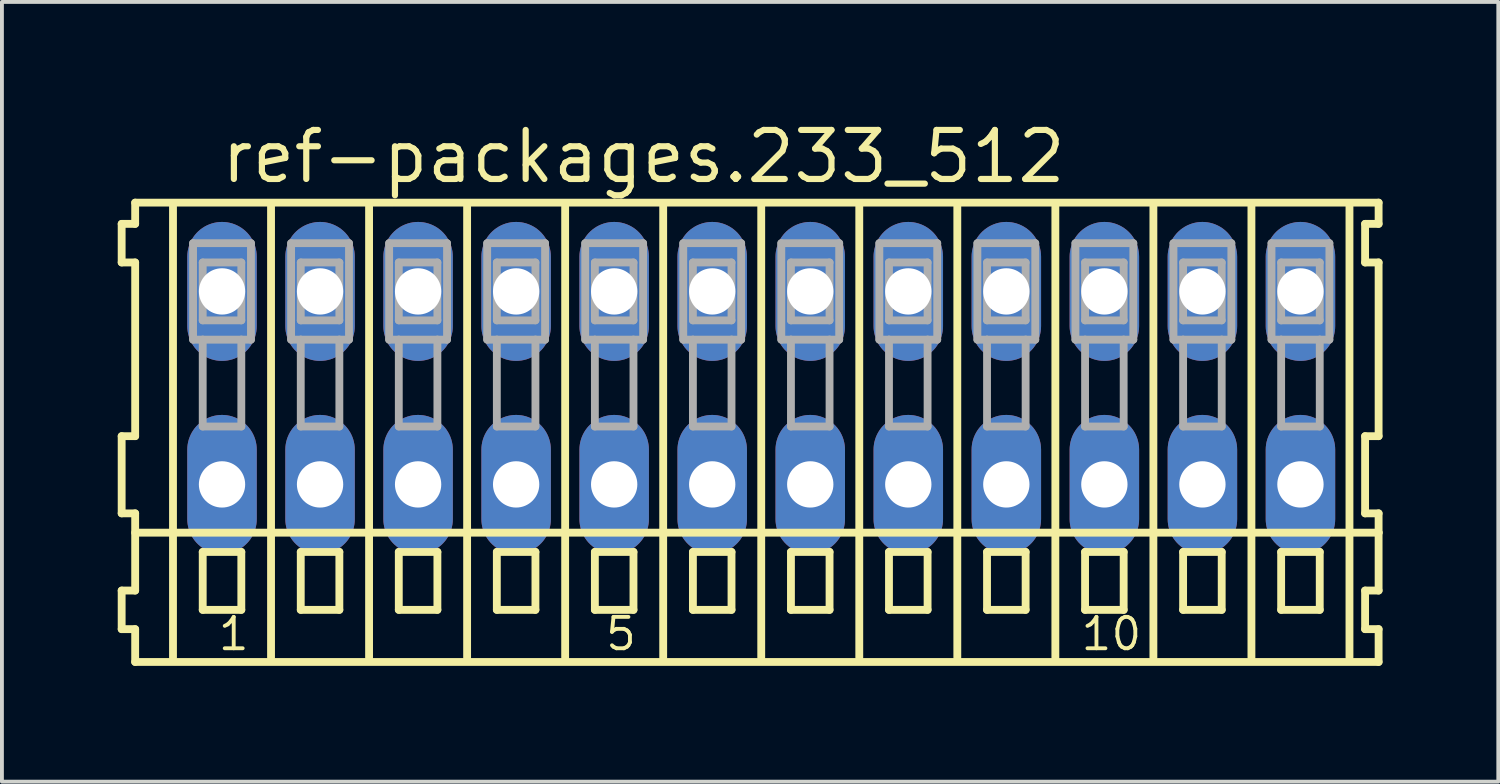
<source format=kicad_pcb>
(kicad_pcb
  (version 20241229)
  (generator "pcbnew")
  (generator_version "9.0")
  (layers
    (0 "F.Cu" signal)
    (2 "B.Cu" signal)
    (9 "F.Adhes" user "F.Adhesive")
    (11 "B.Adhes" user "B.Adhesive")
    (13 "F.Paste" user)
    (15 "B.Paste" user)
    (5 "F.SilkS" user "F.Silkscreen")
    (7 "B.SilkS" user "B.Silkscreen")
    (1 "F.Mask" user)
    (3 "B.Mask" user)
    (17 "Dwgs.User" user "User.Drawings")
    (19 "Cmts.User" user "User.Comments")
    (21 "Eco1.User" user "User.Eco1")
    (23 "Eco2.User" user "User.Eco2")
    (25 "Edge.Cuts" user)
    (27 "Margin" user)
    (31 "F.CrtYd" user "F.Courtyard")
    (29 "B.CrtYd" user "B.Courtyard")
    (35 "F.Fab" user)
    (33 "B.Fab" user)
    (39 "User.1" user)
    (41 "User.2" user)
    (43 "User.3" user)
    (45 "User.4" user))
  (footprint "ref-packages.233_512"
    (layer "F.Cu")
    (at 16.672 7)
    (property "Reference" "ref-packages.233_512" (at -14.07 -5.25 0) (layer "F.SilkS") (effects (font (size 1.27 1.27) (thickness 0.16)) (justify left bottom)))
    (attr through_hole)
    (fp_line (start -16.57 -4.25) (end -16.57 -3.25) (stroke (width 0.203) (type default)) (layer "F.SilkS"))
    (fp_line (start -16.57 -3.25) (end -16.22 -3.25) (stroke (width 0.203) (type default)) (layer "F.SilkS"))
    (fp_line (start -16.57 1.25) (end -16.57 3.25) (stroke (width 0.203) (type default)) (layer "F.SilkS"))
    (fp_line (start -16.57 3.25) (end -16.22 3.25) (stroke (width 0.203) (type default)) (layer "F.SilkS"))
    (fp_line (start -16.57 5.25) (end -16.57 6.25) (stroke (width 0.203) (type default)) (layer "F.SilkS"))
    (fp_line (start -16.57 6.25) (end -16.22 6.25) (stroke (width 0.203) (type default)) (layer "F.SilkS"))
    (fp_line (start -16.22 -4.8) (end -16.22 -4.25) (stroke (width 0.203) (type default)) (layer "F.SilkS"))
    (fp_line (start -16.22 -4.25) (end -16.57 -4.25) (stroke (width 0.203) (type default)) (layer "F.SilkS"))
    (fp_line (start -16.22 -3.25) (end -16.22 1.25) (stroke (width 0.203) (type default)) (layer "F.SilkS"))
    (fp_line (start -16.22 1.25) (end -16.57 1.25) (stroke (width 0.203) (type default)) (layer "F.SilkS"))
    (fp_line (start -16.22 3.25) (end -16.22 5.25) (stroke (width 0.203) (type default)) (layer "F.SilkS"))
    (fp_line (start -16.22 3.75) (end 15.995 3.75) (stroke (width 0.203) (type default)) (layer "F.SilkS"))
    (fp_line (start -16.22 5.25) (end -16.57 5.25) (stroke (width 0.203) (type default)) (layer "F.SilkS"))
    (fp_line (start -16.22 6.25) (end -16.22 7.1) (stroke (width 0.203) (type default)) (layer "F.SilkS"))
    (fp_line (start -16.22 7.1) (end 15.995 7.1) (stroke (width 0.203) (type default)) (layer "F.SilkS"))
    (fp_line (start -15.24 6.985) (end -15.24 -4.699) (stroke (width 0.203) (type default)) (layer "F.SilkS"))
    (fp_line (start -14.47 4.25) (end -14.47 5.75) (stroke (width 0.203) (type default)) (layer "F.SilkS"))
    (fp_line (start -14.47 5.75) (end -13.47 5.75) (stroke (width 0.203) (type default)) (layer "F.SilkS"))
    (fp_line (start -13.47 4.25) (end -14.47 4.25) (stroke (width 0.203) (type default)) (layer "F.SilkS"))
    (fp_line (start -13.47 5.75) (end -13.47 4.25) (stroke (width 0.203) (type default)) (layer "F.SilkS"))
    (fp_line (start -12.7 6.985) (end -12.7 -4.699) (stroke (width 0.203) (type default)) (layer "F.SilkS"))
    (fp_line (start -11.93 4.25) (end -11.93 5.75) (stroke (width 0.203) (type default)) (layer "F.SilkS"))
    (fp_line (start -11.93 5.75) (end -10.93 5.75) (stroke (width 0.203) (type default)) (layer "F.SilkS"))
    (fp_line (start -10.93 4.25) (end -11.93 4.25) (stroke (width 0.203) (type default)) (layer "F.SilkS"))
    (fp_line (start -10.93 5.75) (end -10.93 4.25) (stroke (width 0.203) (type default)) (layer "F.SilkS"))
    (fp_line (start -10.16 6.985) (end -10.16 -4.699) (stroke (width 0.203) (type default)) (layer "F.SilkS"))
    (fp_line (start -9.39 4.25) (end -9.39 5.75) (stroke (width 0.203) (type default)) (layer "F.SilkS"))
    (fp_line (start -9.39 5.75) (end -8.39 5.75) (stroke (width 0.203) (type default)) (layer "F.SilkS"))
    (fp_line (start -8.39 4.25) (end -9.39 4.25) (stroke (width 0.203) (type default)) (layer "F.SilkS"))
    (fp_line (start -8.39 5.75) (end -8.39 4.25) (stroke (width 0.203) (type default)) (layer "F.SilkS"))
    (fp_line (start -7.62 6.985) (end -7.62 -4.699) (stroke (width 0.203) (type default)) (layer "F.SilkS"))
    (fp_line (start -6.85 4.25) (end -6.85 5.75) (stroke (width 0.203) (type default)) (layer "F.SilkS"))
    (fp_line (start -6.85 5.75) (end -5.85 5.75) (stroke (width 0.203) (type default)) (layer "F.SilkS"))
    (fp_line (start -5.85 4.25) (end -6.85 4.25) (stroke (width 0.203) (type default)) (layer "F.SilkS"))
    (fp_line (start -5.85 5.75) (end -5.85 4.25) (stroke (width 0.203) (type default)) (layer "F.SilkS"))
    (fp_line (start -5.08 6.985) (end -5.08 -4.699) (stroke (width 0.203) (type default)) (layer "F.SilkS"))
    (fp_line (start -4.31 4.25) (end -4.31 5.75) (stroke (width 0.203) (type default)) (layer "F.SilkS"))
    (fp_line (start -4.31 5.75) (end -3.31 5.75) (stroke (width 0.203) (type default)) (layer "F.SilkS"))
    (fp_line (start -3.31 4.25) (end -4.31 4.25) (stroke (width 0.203) (type default)) (layer "F.SilkS"))
    (fp_line (start -3.31 5.75) (end -3.31 4.25) (stroke (width 0.203) (type default)) (layer "F.SilkS"))
    (fp_line (start -2.54 6.985) (end -2.54 -4.699) (stroke (width 0.203) (type default)) (layer "F.SilkS"))
    (fp_line (start -1.77 4.25) (end -1.77 5.75) (stroke (width 0.203) (type default)) (layer "F.SilkS"))
    (fp_line (start -1.77 5.75) (end -0.77 5.75) (stroke (width 0.203) (type default)) (layer "F.SilkS"))
    (fp_line (start -0.77 4.25) (end -1.77 4.25) (stroke (width 0.203) (type default)) (layer "F.SilkS"))
    (fp_line (start -0.77 5.75) (end -0.77 4.25) (stroke (width 0.203) (type default)) (layer "F.SilkS"))
    (fp_line (start 0 6.985) (end 0 -4.699) (stroke (width 0.203) (type default)) (layer "F.SilkS"))
    (fp_line (start 0.77 4.25) (end 0.77 5.75) (stroke (width 0.203) (type default)) (layer "F.SilkS"))
    (fp_line (start 0.77 5.75) (end 1.77 5.75) (stroke (width 0.203) (type default)) (layer "F.SilkS"))
    (fp_line (start 1.77 4.25) (end 0.77 4.25) (stroke (width 0.203) (type default)) (layer "F.SilkS"))
    (fp_line (start 1.77 5.75) (end 1.77 4.25) (stroke (width 0.203) (type default)) (layer "F.SilkS"))
    (fp_line (start 2.54 6.985) (end 2.54 -4.699) (stroke (width 0.203) (type default)) (layer "F.SilkS"))
    (fp_line (start 3.31 4.25) (end 3.31 5.75) (stroke (width 0.203) (type default)) (layer "F.SilkS"))
    (fp_line (start 3.31 5.75) (end 4.31 5.75) (stroke (width 0.203) (type default)) (layer "F.SilkS"))
    (fp_line (start 4.31 4.25) (end 3.31 4.25) (stroke (width 0.203) (type default)) (layer "F.SilkS"))
    (fp_line (start 4.31 5.75) (end 4.31 4.25) (stroke (width 0.203) (type default)) (layer "F.SilkS"))
    (fp_line (start 5.08 6.985) (end 5.08 -4.699) (stroke (width 0.203) (type default)) (layer "F.SilkS"))
    (fp_line (start 5.85 4.25) (end 5.85 5.75) (stroke (width 0.203) (type default)) (layer "F.SilkS"))
    (fp_line (start 5.85 5.75) (end 6.85 5.75) (stroke (width 0.203) (type default)) (layer "F.SilkS"))
    (fp_line (start 6.85 4.25) (end 5.85 4.25) (stroke (width 0.203) (type default)) (layer "F.SilkS"))
    (fp_line (start 6.85 5.75) (end 6.85 4.25) (stroke (width 0.203) (type default)) (layer "F.SilkS"))
    (fp_line (start 7.62 6.985) (end 7.62 -4.699) (stroke (width 0.203) (type default)) (layer "F.SilkS"))
    (fp_line (start 8.39 4.25) (end 8.39 5.75) (stroke (width 0.203) (type default)) (layer "F.SilkS"))
    (fp_line (start 8.39 5.75) (end 9.39 5.75) (stroke (width 0.203) (type default)) (layer "F.SilkS"))
    (fp_line (start 9.39 4.25) (end 8.39 4.25) (stroke (width 0.203) (type default)) (layer "F.SilkS"))
    (fp_line (start 9.39 5.75) (end 9.39 4.25) (stroke (width 0.203) (type default)) (layer "F.SilkS"))
    (fp_line (start 10.16 6.985) (end 10.16 -4.699) (stroke (width 0.203) (type default)) (layer "F.SilkS"))
    (fp_line (start 10.93 4.25) (end 10.93 5.75) (stroke (width 0.203) (type default)) (layer "F.SilkS"))
    (fp_line (start 10.93 5.75) (end 11.93 5.75) (stroke (width 0.203) (type default)) (layer "F.SilkS"))
    (fp_line (start 11.93 4.25) (end 10.93 4.25) (stroke (width 0.203) (type default)) (layer "F.SilkS"))
    (fp_line (start 11.93 5.75) (end 11.93 4.25) (stroke (width 0.203) (type default)) (layer "F.SilkS"))
    (fp_line (start 12.7 6.985) (end 12.7 -4.699) (stroke (width 0.203) (type default)) (layer "F.SilkS"))
    (fp_line (start 13.47 4.25) (end 13.47 5.75) (stroke (width 0.203) (type default)) (layer "F.SilkS"))
    (fp_line (start 13.47 5.75) (end 14.47 5.75) (stroke (width 0.203) (type default)) (layer "F.SilkS"))
    (fp_line (start 14.47 4.25) (end 13.47 4.25) (stroke (width 0.203) (type default)) (layer "F.SilkS"))
    (fp_line (start 14.47 5.75) (end 14.47 4.25) (stroke (width 0.203) (type default)) (layer "F.SilkS"))
    (fp_line (start 15.24 6.985) (end 15.24 -4.699) (stroke (width 0.203) (type default)) (layer "F.SilkS"))
    (fp_line (start 15.645 -4.25) (end 15.645 -3.25) (stroke (width 0.203) (type default)) (layer "F.SilkS"))
    (fp_line (start 15.645 -3.25) (end 15.995 -3.25) (stroke (width 0.203) (type default)) (layer "F.SilkS"))
    (fp_line (start 15.645 1.25) (end 15.645 3.25) (stroke (width 0.203) (type default)) (layer "F.SilkS"))
    (fp_line (start 15.645 3.25) (end 15.995 3.25) (stroke (width 0.203) (type default)) (layer "F.SilkS"))
    (fp_line (start 15.645 5.25) (end 15.645 6.25) (stroke (width 0.203) (type default)) (layer "F.SilkS"))
    (fp_line (start 15.645 6.25) (end 15.995 6.25) (stroke (width 0.203) (type default)) (layer "F.SilkS"))
    (fp_line (start 15.995 -4.8) (end -16.22 -4.8) (stroke (width 0.203) (type default)) (layer "F.SilkS"))
    (fp_line (start 15.995 -4.25) (end 15.645 -4.25) (stroke (width 0.203) (type default)) (layer "F.SilkS"))
    (fp_line (start 15.995 -4.25) (end 15.995 -4.8) (stroke (width 0.203) (type default)) (layer "F.SilkS"))
    (fp_line (start 15.995 1.25) (end 15.645 1.25) (stroke (width 0.203) (type default)) (layer "F.SilkS"))
    (fp_line (start 15.995 1.25) (end 15.995 -3.25) (stroke (width 0.203) (type default)) (layer "F.SilkS"))
    (fp_line (start 15.995 3.75) (end 15.995 3.25) (stroke (width 0.203) (type default)) (layer "F.SilkS"))
    (fp_line (start 15.995 5.25) (end 15.645 5.25) (stroke (width 0.203) (type default)) (layer "F.SilkS"))
    (fp_line (start 15.995 5.25) (end 15.995 3.75) (stroke (width 0.203) (type default)) (layer "F.SilkS"))
    (fp_line (start 15.995 7.1) (end 15.995 6.25) (stroke (width 0.203) (type default)) (layer "F.SilkS"))
    (fp_line (start -14.72 -3.75) (end -14.72 -1.25) (stroke (width 0.203) (type default)) (layer "F.Fab"))
    (fp_line (start -14.72 -1.25) (end -14.47 -1.25) (stroke (width 0.203) (type default)) (layer "F.Fab"))
    (fp_line (start -14.47 -3.25) (end -14.47 -1.75) (stroke (width 0.203) (type default)) (layer "F.Fab"))
    (fp_line (start -14.47 -1.75) (end -13.47 -1.75) (stroke (width 0.203) (type default)) (layer "F.Fab"))
    (fp_line (start -14.47 -1.25) (end -14.47 1) (stroke (width 0.203) (type default)) (layer "F.Fab"))
    (fp_line (start -14.47 -1.25) (end -13.47 -1.25) (stroke (width 0.203) (type default)) (layer "F.Fab"))
    (fp_line (start -14.47 1) (end -13.47 1) (stroke (width 0.203) (type default)) (layer "F.Fab"))
    (fp_line (start -13.47 -3.25) (end -14.47 -3.25) (stroke (width 0.203) (type default)) (layer "F.Fab"))
    (fp_line (start -13.47 -1.75) (end -13.47 -3.25) (stroke (width 0.203) (type default)) (layer "F.Fab"))
    (fp_line (start -13.47 -1.25) (end -13.22 -1.25) (stroke (width 0.203) (type default)) (layer "F.Fab"))
    (fp_line (start -13.47 1) (end -13.47 -1.25) (stroke (width 0.203) (type default)) (layer "F.Fab"))
    (fp_line (start -13.22 -3.75) (end -14.72 -3.75) (stroke (width 0.203) (type default)) (layer "F.Fab"))
    (fp_line (start -13.22 -1.25) (end -13.22 -3.75) (stroke (width 0.203) (type default)) (layer "F.Fab"))
    (fp_line (start -12.18 -3.75) (end -12.18 -1.25) (stroke (width 0.203) (type default)) (layer "F.Fab"))
    (fp_line (start -12.18 -1.25) (end -11.93 -1.25) (stroke (width 0.203) (type default)) (layer "F.Fab"))
    (fp_line (start -11.93 -3.25) (end -11.93 -1.75) (stroke (width 0.203) (type default)) (layer "F.Fab"))
    (fp_line (start -11.93 -1.75) (end -10.93 -1.75) (stroke (width 0.203) (type default)) (layer "F.Fab"))
    (fp_line (start -11.93 -1.25) (end -11.93 1) (stroke (width 0.203) (type default)) (layer "F.Fab"))
    (fp_line (start -11.93 -1.25) (end -10.93 -1.25) (stroke (width 0.203) (type default)) (layer "F.Fab"))
    (fp_line (start -11.93 1) (end -10.93 1) (stroke (width 0.203) (type default)) (layer "F.Fab"))
    (fp_line (start -10.93 -3.25) (end -11.93 -3.25) (stroke (width 0.203) (type default)) (layer "F.Fab"))
    (fp_line (start -10.93 -1.75) (end -10.93 -3.25) (stroke (width 0.203) (type default)) (layer "F.Fab"))
    (fp_line (start -10.93 -1.25) (end -10.68 -1.25) (stroke (width 0.203) (type default)) (layer "F.Fab"))
    (fp_line (start -10.93 1) (end -10.93 -1.25) (stroke (width 0.203) (type default)) (layer "F.Fab"))
    (fp_line (start -10.68 -3.75) (end -12.18 -3.75) (stroke (width 0.203) (type default)) (layer "F.Fab"))
    (fp_line (start -10.68 -1.25) (end -10.68 -3.75) (stroke (width 0.203) (type default)) (layer "F.Fab"))
    (fp_line (start -9.64 -3.75) (end -9.64 -1.25) (stroke (width 0.203) (type default)) (layer "F.Fab"))
    (fp_line (start -9.64 -1.25) (end -9.39 -1.25) (stroke (width 0.203) (type default)) (layer "F.Fab"))
    (fp_line (start -9.39 -3.25) (end -9.39 -1.75) (stroke (width 0.203) (type default)) (layer "F.Fab"))
    (fp_line (start -9.39 -1.75) (end -8.39 -1.75) (stroke (width 0.203) (type default)) (layer "F.Fab"))
    (fp_line (start -9.39 -1.25) (end -9.39 1) (stroke (width 0.203) (type default)) (layer "F.Fab"))
    (fp_line (start -9.39 -1.25) (end -8.39 -1.25) (stroke (width 0.203) (type default)) (layer "F.Fab"))
    (fp_line (start -9.39 1) (end -8.39 1) (stroke (width 0.203) (type default)) (layer "F.Fab"))
    (fp_line (start -8.39 -3.25) (end -9.39 -3.25) (stroke (width 0.203) (type default)) (layer "F.Fab"))
    (fp_line (start -8.39 -1.75) (end -8.39 -3.25) (stroke (width 0.203) (type default)) (layer "F.Fab"))
    (fp_line (start -8.39 -1.25) (end -8.14 -1.25) (stroke (width 0.203) (type default)) (layer "F.Fab"))
    (fp_line (start -8.39 1) (end -8.39 -1.25) (stroke (width 0.203) (type default)) (layer "F.Fab"))
    (fp_line (start -8.14 -3.75) (end -9.64 -3.75) (stroke (width 0.203) (type default)) (layer "F.Fab"))
    (fp_line (start -8.14 -1.25) (end -8.14 -3.75) (stroke (width 0.203) (type default)) (layer "F.Fab"))
    (fp_line (start -7.1 -3.75) (end -7.1 -1.25) (stroke (width 0.203) (type default)) (layer "F.Fab"))
    (fp_line (start -7.1 -1.25) (end -6.85 -1.25) (stroke (width 0.203) (type default)) (layer "F.Fab"))
    (fp_line (start -6.85 -3.25) (end -6.85 -1.75) (stroke (width 0.203) (type default)) (layer "F.Fab"))
    (fp_line (start -6.85 -1.75) (end -5.85 -1.75) (stroke (width 0.203) (type default)) (layer "F.Fab"))
    (fp_line (start -6.85 -1.25) (end -6.85 1) (stroke (width 0.203) (type default)) (layer "F.Fab"))
    (fp_line (start -6.85 -1.25) (end -5.85 -1.25) (stroke (width 0.203) (type default)) (layer "F.Fab"))
    (fp_line (start -6.85 1) (end -5.85 1) (stroke (width 0.203) (type default)) (layer "F.Fab"))
    (fp_line (start -5.85 -3.25) (end -6.85 -3.25) (stroke (width 0.203) (type default)) (layer "F.Fab"))
    (fp_line (start -5.85 -1.75) (end -5.85 -3.25) (stroke (width 0.203) (type default)) (layer "F.Fab"))
    (fp_line (start -5.85 -1.25) (end -5.6 -1.25) (stroke (width 0.203) (type default)) (layer "F.Fab"))
    (fp_line (start -5.85 1) (end -5.85 -1.25) (stroke (width 0.203) (type default)) (layer "F.Fab"))
    (fp_line (start -5.6 -3.75) (end -7.1 -3.75) (stroke (width 0.203) (type default)) (layer "F.Fab"))
    (fp_line (start -5.6 -1.25) (end -5.6 -3.75) (stroke (width 0.203) (type default)) (layer "F.Fab"))
    (fp_line (start -4.56 -3.75) (end -4.56 -1.25) (stroke (width 0.203) (type default)) (layer "F.Fab"))
    (fp_line (start -4.56 -1.25) (end -4.31 -1.25) (stroke (width 0.203) (type default)) (layer "F.Fab"))
    (fp_line (start -4.31 -3.25) (end -4.31 -1.75) (stroke (width 0.203) (type default)) (layer "F.Fab"))
    (fp_line (start -4.31 -1.75) (end -3.31 -1.75) (stroke (width 0.203) (type default)) (layer "F.Fab"))
    (fp_line (start -4.31 -1.25) (end -4.31 1) (stroke (width 0.203) (type default)) (layer "F.Fab"))
    (fp_line (start -4.31 -1.25) (end -3.31 -1.25) (stroke (width 0.203) (type default)) (layer "F.Fab"))
    (fp_line (start -4.31 1) (end -3.31 1) (stroke (width 0.203) (type default)) (layer "F.Fab"))
    (fp_line (start -3.31 -3.25) (end -4.31 -3.25) (stroke (width 0.203) (type default)) (layer "F.Fab"))
    (fp_line (start -3.31 -1.75) (end -3.31 -3.25) (stroke (width 0.203) (type default)) (layer "F.Fab"))
    (fp_line (start -3.31 -1.25) (end -3.06 -1.25) (stroke (width 0.203) (type default)) (layer "F.Fab"))
    (fp_line (start -3.31 1) (end -3.31 -1.25) (stroke (width 0.203) (type default)) (layer "F.Fab"))
    (fp_line (start -3.06 -3.75) (end -4.56 -3.75) (stroke (width 0.203) (type default)) (layer "F.Fab"))
    (fp_line (start -3.06 -1.25) (end -3.06 -3.75) (stroke (width 0.203) (type default)) (layer "F.Fab"))
    (fp_line (start -2.02 -3.75) (end -2.02 -1.25) (stroke (width 0.203) (type default)) (layer "F.Fab"))
    (fp_line (start -2.02 -1.25) (end -1.77 -1.25) (stroke (width 0.203) (type default)) (layer "F.Fab"))
    (fp_line (start -1.77 -3.25) (end -1.77 -1.75) (stroke (width 0.203) (type default)) (layer "F.Fab"))
    (fp_line (start -1.77 -1.75) (end -0.77 -1.75) (stroke (width 0.203) (type default)) (layer "F.Fab"))
    (fp_line (start -1.77 -1.25) (end -1.77 1) (stroke (width 0.203) (type default)) (layer "F.Fab"))
    (fp_line (start -1.77 -1.25) (end -0.77 -1.25) (stroke (width 0.203) (type default)) (layer "F.Fab"))
    (fp_line (start -1.77 1) (end -0.77 1) (stroke (width 0.203) (type default)) (layer "F.Fab"))
    (fp_line (start -0.77 -3.25) (end -1.77 -3.25) (stroke (width 0.203) (type default)) (layer "F.Fab"))
    (fp_line (start -0.77 -1.75) (end -0.77 -3.25) (stroke (width 0.203) (type default)) (layer "F.Fab"))
    (fp_line (start -0.77 -1.25) (end -0.52 -1.25) (stroke (width 0.203) (type default)) (layer "F.Fab"))
    (fp_line (start -0.77 1) (end -0.77 -1.25) (stroke (width 0.203) (type default)) (layer "F.Fab"))
    (fp_line (start -0.52 -3.75) (end -2.02 -3.75) (stroke (width 0.203) (type default)) (layer "F.Fab"))
    (fp_line (start -0.52 -1.25) (end -0.52 -3.75) (stroke (width 0.203) (type default)) (layer "F.Fab"))
    (fp_line (start 0.52 -3.75) (end 0.52 -1.25) (stroke (width 0.203) (type default)) (layer "F.Fab"))
    (fp_line (start 0.52 -1.25) (end 0.77 -1.25) (stroke (width 0.203) (type default)) (layer "F.Fab"))
    (fp_line (start 0.77 -3.25) (end 0.77 -1.75) (stroke (width 0.203) (type default)) (layer "F.Fab"))
    (fp_line (start 0.77 -1.75) (end 1.77 -1.75) (stroke (width 0.203) (type default)) (layer "F.Fab"))
    (fp_line (start 0.77 -1.25) (end 0.77 1) (stroke (width 0.203) (type default)) (layer "F.Fab"))
    (fp_line (start 0.77 -1.25) (end 1.77 -1.25) (stroke (width 0.203) (type default)) (layer "F.Fab"))
    (fp_line (start 0.77 1) (end 1.77 1) (stroke (width 0.203) (type default)) (layer "F.Fab"))
    (fp_line (start 1.77 -3.25) (end 0.77 -3.25) (stroke (width 0.203) (type default)) (layer "F.Fab"))
    (fp_line (start 1.77 -1.75) (end 1.77 -3.25) (stroke (width 0.203) (type default)) (layer "F.Fab"))
    (fp_line (start 1.77 -1.25) (end 2.02 -1.25) (stroke (width 0.203) (type default)) (layer "F.Fab"))
    (fp_line (start 1.77 1) (end 1.77 -1.25) (stroke (width 0.203) (type default)) (layer "F.Fab"))
    (fp_line (start 2.02 -3.75) (end 0.52 -3.75) (stroke (width 0.203) (type default)) (layer "F.Fab"))
    (fp_line (start 2.02 -1.25) (end 2.02 -3.75) (stroke (width 0.203) (type default)) (layer "F.Fab"))
    (fp_line (start 3.06 -3.75) (end 3.06 -1.25) (stroke (width 0.203) (type default)) (layer "F.Fab"))
    (fp_line (start 3.06 -1.25) (end 3.31 -1.25) (stroke (width 0.203) (type default)) (layer "F.Fab"))
    (fp_line (start 3.31 -3.25) (end 3.31 -1.75) (stroke (width 0.203) (type default)) (layer "F.Fab"))
    (fp_line (start 3.31 -1.75) (end 4.31 -1.75) (stroke (width 0.203) (type default)) (layer "F.Fab"))
    (fp_line (start 3.31 -1.25) (end 3.31 1) (stroke (width 0.203) (type default)) (layer "F.Fab"))
    (fp_line (start 3.31 -1.25) (end 4.31 -1.25) (stroke (width 0.203) (type default)) (layer "F.Fab"))
    (fp_line (start 3.31 1) (end 4.31 1) (stroke (width 0.203) (type default)) (layer "F.Fab"))
    (fp_line (start 4.31 -3.25) (end 3.31 -3.25) (stroke (width 0.203) (type default)) (layer "F.Fab"))
    (fp_line (start 4.31 -1.75) (end 4.31 -3.25) (stroke (width 0.203) (type default)) (layer "F.Fab"))
    (fp_line (start 4.31 -1.25) (end 4.56 -1.25) (stroke (width 0.203) (type default)) (layer "F.Fab"))
    (fp_line (start 4.31 1) (end 4.31 -1.25) (stroke (width 0.203) (type default)) (layer "F.Fab"))
    (fp_line (start 4.56 -3.75) (end 3.06 -3.75) (stroke (width 0.203) (type default)) (layer "F.Fab"))
    (fp_line (start 4.56 -1.25) (end 4.56 -3.75) (stroke (width 0.203) (type default)) (layer "F.Fab"))
    (fp_line (start 5.6 -3.75) (end 5.6 -1.25) (stroke (width 0.203) (type default)) (layer "F.Fab"))
    (fp_line (start 5.6 -1.25) (end 5.85 -1.25) (stroke (width 0.203) (type default)) (layer "F.Fab"))
    (fp_line (start 5.85 -3.25) (end 5.85 -1.75) (stroke (width 0.203) (type default)) (layer "F.Fab"))
    (fp_line (start 5.85 -1.75) (end 6.85 -1.75) (stroke (width 0.203) (type default)) (layer "F.Fab"))
    (fp_line (start 5.85 -1.25) (end 5.85 1) (stroke (width 0.203) (type default)) (layer "F.Fab"))
    (fp_line (start 5.85 -1.25) (end 6.85 -1.25) (stroke (width 0.203) (type default)) (layer "F.Fab"))
    (fp_line (start 5.85 1) (end 6.85 1) (stroke (width 0.203) (type default)) (layer "F.Fab"))
    (fp_line (start 6.85 -3.25) (end 5.85 -3.25) (stroke (width 0.203) (type default)) (layer "F.Fab"))
    (fp_line (start 6.85 -1.75) (end 6.85 -3.25) (stroke (width 0.203) (type default)) (layer "F.Fab"))
    (fp_line (start 6.85 -1.25) (end 7.1 -1.25) (stroke (width 0.203) (type default)) (layer "F.Fab"))
    (fp_line (start 6.85 1) (end 6.85 -1.25) (stroke (width 0.203) (type default)) (layer "F.Fab"))
    (fp_line (start 7.1 -3.75) (end 5.6 -3.75) (stroke (width 0.203) (type default)) (layer "F.Fab"))
    (fp_line (start 7.1 -1.25) (end 7.1 -3.75) (stroke (width 0.203) (type default)) (layer "F.Fab"))
    (fp_line (start 8.14 -3.75) (end 8.14 -1.25) (stroke (width 0.203) (type default)) (layer "F.Fab"))
    (fp_line (start 8.14 -1.25) (end 8.39 -1.25) (stroke (width 0.203) (type default)) (layer "F.Fab"))
    (fp_line (start 8.39 -3.25) (end 8.39 -1.75) (stroke (width 0.203) (type default)) (layer "F.Fab"))
    (fp_line (start 8.39 -1.75) (end 9.39 -1.75) (stroke (width 0.203) (type default)) (layer "F.Fab"))
    (fp_line (start 8.39 -1.25) (end 8.39 1) (stroke (width 0.203) (type default)) (layer "F.Fab"))
    (fp_line (start 8.39 -1.25) (end 9.39 -1.25) (stroke (width 0.203) (type default)) (layer "F.Fab"))
    (fp_line (start 8.39 1) (end 9.39 1) (stroke (width 0.203) (type default)) (layer "F.Fab"))
    (fp_line (start 9.39 -3.25) (end 8.39 -3.25) (stroke (width 0.203) (type default)) (layer "F.Fab"))
    (fp_line (start 9.39 -1.75) (end 9.39 -3.25) (stroke (width 0.203) (type default)) (layer "F.Fab"))
    (fp_line (start 9.39 -1.25) (end 9.64 -1.25) (stroke (width 0.203) (type default)) (layer "F.Fab"))
    (fp_line (start 9.39 1) (end 9.39 -1.25) (stroke (width 0.203) (type default)) (layer "F.Fab"))
    (fp_line (start 9.64 -3.75) (end 8.14 -3.75) (stroke (width 0.203) (type default)) (layer "F.Fab"))
    (fp_line (start 9.64 -1.25) (end 9.64 -3.75) (stroke (width 0.203) (type default)) (layer "F.Fab"))
    (fp_line (start 10.68 -3.75) (end 10.68 -1.25) (stroke (width 0.203) (type default)) (layer "F.Fab"))
    (fp_line (start 10.68 -1.25) (end 10.93 -1.25) (stroke (width 0.203) (type default)) (layer "F.Fab"))
    (fp_line (start 10.93 -3.25) (end 10.93 -1.75) (stroke (width 0.203) (type default)) (layer "F.Fab"))
    (fp_line (start 10.93 -1.75) (end 11.93 -1.75) (stroke (width 0.203) (type default)) (layer "F.Fab"))
    (fp_line (start 10.93 -1.25) (end 10.93 1) (stroke (width 0.203) (type default)) (layer "F.Fab"))
    (fp_line (start 10.93 -1.25) (end 11.93 -1.25) (stroke (width 0.203) (type default)) (layer "F.Fab"))
    (fp_line (start 10.93 1) (end 11.93 1) (stroke (width 0.203) (type default)) (layer "F.Fab"))
    (fp_line (start 11.93 -3.25) (end 10.93 -3.25) (stroke (width 0.203) (type default)) (layer "F.Fab"))
    (fp_line (start 11.93 -1.75) (end 11.93 -3.25) (stroke (width 0.203) (type default)) (layer "F.Fab"))
    (fp_line (start 11.93 -1.25) (end 12.18 -1.25) (stroke (width 0.203) (type default)) (layer "F.Fab"))
    (fp_line (start 11.93 1) (end 11.93 -1.25) (stroke (width 0.203) (type default)) (layer "F.Fab"))
    (fp_line (start 12.18 -3.75) (end 10.68 -3.75) (stroke (width 0.203) (type default)) (layer "F.Fab"))
    (fp_line (start 12.18 -1.25) (end 12.18 -3.75) (stroke (width 0.203) (type default)) (layer "F.Fab"))
    (fp_line (start 13.22 -3.75) (end 13.22 -1.25) (stroke (width 0.203) (type default)) (layer "F.Fab"))
    (fp_line (start 13.22 -1.25) (end 13.47 -1.25) (stroke (width 0.203) (type default)) (layer "F.Fab"))
    (fp_line (start 13.47 -3.25) (end 13.47 -1.75) (stroke (width 0.203) (type default)) (layer "F.Fab"))
    (fp_line (start 13.47 -1.75) (end 14.47 -1.75) (stroke (width 0.203) (type default)) (layer "F.Fab"))
    (fp_line (start 13.47 -1.25) (end 13.47 1) (stroke (width 0.203) (type default)) (layer "F.Fab"))
    (fp_line (start 13.47 -1.25) (end 14.47 -1.25) (stroke (width 0.203) (type default)) (layer "F.Fab"))
    (fp_line (start 13.47 1) (end 14.47 1) (stroke (width 0.203) (type default)) (layer "F.Fab"))
    (fp_line (start 14.47 -3.25) (end 13.47 -3.25) (stroke (width 0.203) (type default)) (layer "F.Fab"))
    (fp_line (start 14.47 -1.75) (end 14.47 -3.25) (stroke (width 0.203) (type default)) (layer "F.Fab"))
    (fp_line (start 14.47 -1.25) (end 14.72 -1.25) (stroke (width 0.203) (type default)) (layer "F.Fab"))
    (fp_line (start 14.47 1) (end 14.47 -1.25) (stroke (width 0.203) (type default)) (layer "F.Fab"))
    (fp_line (start 14.72 -3.75) (end 13.22 -3.75) (stroke (width 0.203) (type default)) (layer "F.Fab"))
    (fp_line (start 14.72 -1.25) (end 14.72 -3.75) (stroke (width 0.203) (type default)) (layer "F.Fab"))
    (fp_text user "1" (at -14.12 6.85 0) (layer "F.SilkS") (effects (font (size 0.813 0.813) (thickness 0.1)) (justify left bottom)))
    (fp_text user "10" (at 8.232 6.85 0) (layer "F.SilkS") (effects (font (size 0.813 0.813) (thickness 0.1)) (justify left bottom)))
    (fp_text user "5" (at -4.087 6.85 0) (layer "F.SilkS") (effects (font (size 0.813 0.813) (thickness 0.1)) (justify left bottom)))
    (pad "A1" thru_hole oval (at -13.97 -2.5 90) (size 3.6 1.8) (drill 1.2) (layers "*.Cu" "*.Mask"))
    (pad "A2" thru_hole oval (at -11.43 -2.5 90) (size 3.6 1.8) (drill 1.2) (layers "*.Cu" "*.Mask"))
    (pad "A3" thru_hole oval (at -8.89 -2.5 90) (size 3.6 1.8) (drill 1.2) (layers "*.Cu" "*.Mask"))
    (pad "A4" thru_hole oval (at -6.35 -2.5 90) (size 3.6 1.8) (drill 1.2) (layers "*.Cu" "*.Mask"))
    (pad "A5" thru_hole oval (at -3.81 -2.5 90) (size 3.6 1.8) (drill 1.2) (layers "*.Cu" "*.Mask"))
    (pad "A6" thru_hole oval (at -1.27 -2.5 90) (size 3.6 1.8) (drill 1.2) (layers "*.Cu" "*.Mask"))
    (pad "A7" thru_hole oval (at 1.27 -2.5 90) (size 3.6 1.8) (drill 1.2) (layers "*.Cu" "*.Mask"))
    (pad "A8" thru_hole oval (at 3.81 -2.5 90) (size 3.6 1.8) (drill 1.2) (layers "*.Cu" "*.Mask"))
    (pad "A9" thru_hole oval (at 6.35 -2.5 90) (size 3.6 1.8) (drill 1.2) (layers "*.Cu" "*.Mask"))
    (pad "A10" thru_hole oval (at 8.89 -2.5 90) (size 3.6 1.8) (drill 1.2) (layers "*.Cu" "*.Mask"))
    (pad "A11" thru_hole oval (at 11.43 -2.5 90) (size 3.6 1.8) (drill 1.2) (layers "*.Cu" "*.Mask"))
    (pad "A12" thru_hole oval (at 13.97 -2.5 90) (size 3.6 1.8) (drill 1.2) (layers "*.Cu" "*.Mask"))
    (pad "B1" thru_hole oval (at -13.97 2.5 90) (size 3.6 1.8) (drill 1.2) (layers "*.Cu" "*.Mask"))
    (pad "B2" thru_hole oval (at -11.43 2.5 90) (size 3.6 1.8) (drill 1.2) (layers "*.Cu" "*.Mask"))
    (pad "B3" thru_hole oval (at -8.89 2.5 90) (size 3.6 1.8) (drill 1.2) (layers "*.Cu" "*.Mask"))
    (pad "B4" thru_hole oval (at -6.35 2.5 90) (size 3.6 1.8) (drill 1.2) (layers "*.Cu" "*.Mask"))
    (pad "B5" thru_hole oval (at -3.81 2.5 90) (size 3.6 1.8) (drill 1.2) (layers "*.Cu" "*.Mask"))
    (pad "B6" thru_hole oval (at -1.27 2.5 90) (size 3.6 1.8) (drill 1.2) (layers "*.Cu" "*.Mask"))
    (pad "B7" thru_hole oval (at 1.27 2.5 90) (size 3.6 1.8) (drill 1.2) (layers "*.Cu" "*.Mask"))
    (pad "B8" thru_hole oval (at 3.81 2.5 90) (size 3.6 1.8) (drill 1.2) (layers "*.Cu" "*.Mask"))
    (pad "B9" thru_hole oval (at 6.35 2.5 90) (size 3.6 1.8) (drill 1.2) (layers "*.Cu" "*.Mask"))
    (pad "B10" thru_hole oval (at 8.89 2.5 90) (size 3.6 1.8) (drill 1.2) (layers "*.Cu" "*.Mask"))
    (pad "B11" thru_hole oval (at 11.43 2.5 90) (size 3.6 1.8) (drill 1.2) (layers "*.Cu" "*.Mask"))
    (pad "B12" thru_hole oval (at 13.97 2.5 90) (size 3.6 1.8) (drill 1.2) (layers "*.Cu" "*.Mask")))
  (gr_rect
    (start -3 -3)
    (end 35.768 17.202)
    (stroke (width 0.1) (type default))
    (fill no)
    (layer "Edge.Cuts")))
</source>
